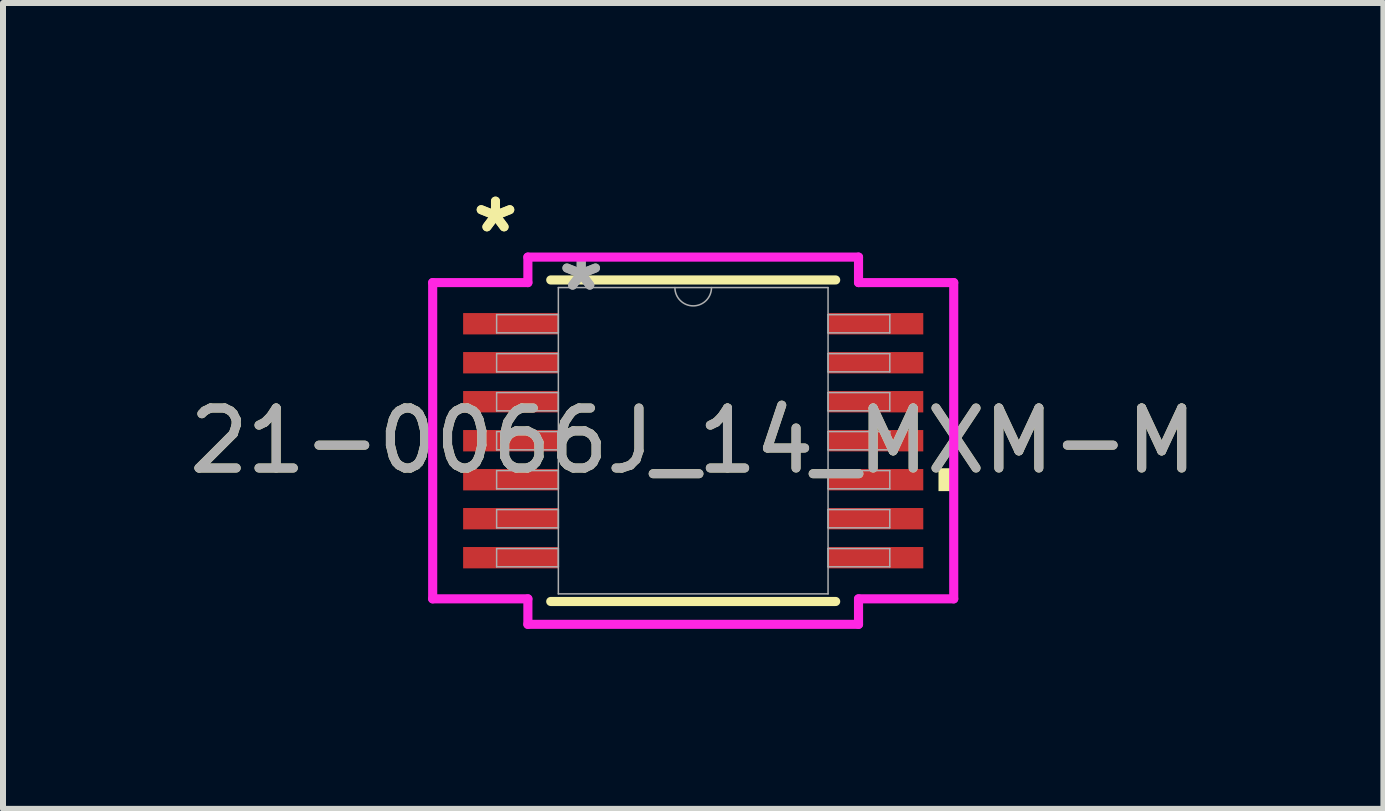
<source format=kicad_pcb>
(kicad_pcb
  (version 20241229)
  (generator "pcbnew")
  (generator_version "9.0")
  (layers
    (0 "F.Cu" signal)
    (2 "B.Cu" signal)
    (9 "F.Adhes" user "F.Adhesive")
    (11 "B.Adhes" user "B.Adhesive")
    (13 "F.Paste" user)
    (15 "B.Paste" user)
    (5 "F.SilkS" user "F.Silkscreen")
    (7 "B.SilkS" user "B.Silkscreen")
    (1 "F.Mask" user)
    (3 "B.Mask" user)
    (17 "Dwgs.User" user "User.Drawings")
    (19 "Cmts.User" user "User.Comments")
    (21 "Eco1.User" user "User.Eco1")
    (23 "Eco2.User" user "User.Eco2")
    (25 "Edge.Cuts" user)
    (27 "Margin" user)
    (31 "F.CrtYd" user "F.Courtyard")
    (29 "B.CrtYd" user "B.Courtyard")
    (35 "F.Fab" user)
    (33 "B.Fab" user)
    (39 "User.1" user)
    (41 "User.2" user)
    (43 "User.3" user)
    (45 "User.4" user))
  (footprint "21-0066J_14_MXM-M"
    (layer "F.Cu")
    (at 8.506 4.297)
    (property "Reference" "21-0066J_14_MXM-M" (at 0 0 0) (unlocked yes) (layer "F.SilkS") (effects (font (size 1 1) (thickness 0.15))))
    (attr smd)
    (fp_line (start -2.375 2.68) (end 2.375 2.68) (stroke (width 0.152) (type solid)) (layer "F.SilkS"))
    (fp_line (start 2.375 -2.68) (end -2.375 -2.68) (stroke (width 0.152) (type solid)) (layer "F.SilkS"))
    (fp_poly (pts (xy 4.343 0.459) (xy 4.343 0.84) (xy 4.089 0.84) (xy 4.089 0.459)) (stroke (width 0) (type solid)) (fill yes) (layer "F.SilkS"))
    (fp_line (start -4.343 -2.636) (end -2.756 -2.636) (stroke (width 0.152) (type solid)) (layer "F.CrtYd"))
    (fp_line (start -4.343 2.636) (end -4.343 -2.636) (stroke (width 0.152) (type solid)) (layer "F.CrtYd"))
    (fp_line (start -4.343 2.636) (end -2.756 2.636) (stroke (width 0.152) (type solid)) (layer "F.CrtYd"))
    (fp_line (start -2.756 -3.061) (end 2.756 -3.061) (stroke (width 0.152) (type solid)) (layer "F.CrtYd"))
    (fp_line (start -2.756 -2.636) (end -2.756 -3.061) (stroke (width 0.152) (type solid)) (layer "F.CrtYd"))
    (fp_line (start -2.756 3.061) (end -2.756 2.636) (stroke (width 0.152) (type solid)) (layer "F.CrtYd"))
    (fp_line (start 2.756 -3.061) (end 2.756 -2.636) (stroke (width 0.152) (type solid)) (layer "F.CrtYd"))
    (fp_line (start 2.756 2.636) (end 2.756 3.061) (stroke (width 0.152) (type solid)) (layer "F.CrtYd"))
    (fp_line (start 2.756 3.061) (end -2.756 3.061) (stroke (width 0.152) (type solid)) (layer "F.CrtYd"))
    (fp_line (start 4.343 -2.636) (end 2.756 -2.636) (stroke (width 0.152) (type solid)) (layer "F.CrtYd"))
    (fp_line (start 4.343 -2.636) (end 4.343 2.636) (stroke (width 0.152) (type solid)) (layer "F.CrtYd"))
    (fp_line (start 4.343 2.636) (end 2.756 2.636) (stroke (width 0.152) (type solid)) (layer "F.CrtYd"))
    (fp_line (start -3.277 -2.102) (end -3.277 -1.798) (stroke (width 0.025) (type solid)) (layer "F.Fab"))
    (fp_line (start -3.277 -1.798) (end -2.248 -1.798) (stroke (width 0.025) (type solid)) (layer "F.Fab"))
    (fp_line (start -3.277 -1.452) (end -3.277 -1.148) (stroke (width 0.025) (type solid)) (layer "F.Fab"))
    (fp_line (start -3.277 -1.148) (end -2.248 -1.148) (stroke (width 0.025) (type solid)) (layer "F.Fab"))
    (fp_line (start -3.277 -0.802) (end -3.277 -0.498) (stroke (width 0.025) (type solid)) (layer "F.Fab"))
    (fp_line (start -3.277 -0.498) (end -2.248 -0.498) (stroke (width 0.025) (type solid)) (layer "F.Fab"))
    (fp_line (start -3.277 -0.152) (end -3.277 0.152) (stroke (width 0.025) (type solid)) (layer "F.Fab"))
    (fp_line (start -3.277 0.152) (end -2.248 0.152) (stroke (width 0.025) (type solid)) (layer "F.Fab"))
    (fp_line (start -3.277 0.498) (end -3.277 0.802) (stroke (width 0.025) (type solid)) (layer "F.Fab"))
    (fp_line (start -3.277 0.802) (end -2.248 0.802) (stroke (width 0.025) (type solid)) (layer "F.Fab"))
    (fp_line (start -3.277 1.148) (end -3.277 1.452) (stroke (width 0.025) (type solid)) (layer "F.Fab"))
    (fp_line (start -3.277 1.452) (end -2.248 1.452) (stroke (width 0.025) (type solid)) (layer "F.Fab"))
    (fp_line (start -3.277 1.798) (end -3.277 2.102) (stroke (width 0.025) (type solid)) (layer "F.Fab"))
    (fp_line (start -3.277 2.102) (end -2.248 2.102) (stroke (width 0.025) (type solid)) (layer "F.Fab"))
    (fp_line (start -2.248 -2.553) (end -2.248 2.553) (stroke (width 0.025) (type solid)) (layer "F.Fab"))
    (fp_line (start -2.248 -2.102) (end -3.277 -2.102) (stroke (width 0.025) (type solid)) (layer "F.Fab"))
    (fp_line (start -2.248 -1.798) (end -2.248 -2.102) (stroke (width 0.025) (type solid)) (layer "F.Fab"))
    (fp_line (start -2.248 -1.452) (end -3.277 -1.452) (stroke (width 0.025) (type solid)) (layer "F.Fab"))
    (fp_line (start -2.248 -1.148) (end -2.248 -1.452) (stroke (width 0.025) (type solid)) (layer "F.Fab"))
    (fp_line (start -2.248 -0.802) (end -3.277 -0.802) (stroke (width 0.025) (type solid)) (layer "F.Fab"))
    (fp_line (start -2.248 -0.498) (end -2.248 -0.802) (stroke (width 0.025) (type solid)) (layer "F.Fab"))
    (fp_line (start -2.248 -0.152) (end -3.277 -0.152) (stroke (width 0.025) (type solid)) (layer "F.Fab"))
    (fp_line (start -2.248 0.152) (end -2.248 -0.152) (stroke (width 0.025) (type solid)) (layer "F.Fab"))
    (fp_line (start -2.248 0.498) (end -3.277 0.498) (stroke (width 0.025) (type solid)) (layer "F.Fab"))
    (fp_line (start -2.248 0.802) (end -2.248 0.498) (stroke (width 0.025) (type solid)) (layer "F.Fab"))
    (fp_line (start -2.248 1.148) (end -3.277 1.148) (stroke (width 0.025) (type solid)) (layer "F.Fab"))
    (fp_line (start -2.248 1.452) (end -2.248 1.148) (stroke (width 0.025) (type solid)) (layer "F.Fab"))
    (fp_line (start -2.248 1.798) (end -3.277 1.798) (stroke (width 0.025) (type solid)) (layer "F.Fab"))
    (fp_line (start -2.248 2.102) (end -2.248 1.798) (stroke (width 0.025) (type solid)) (layer "F.Fab"))
    (fp_line (start -2.248 2.553) (end 2.248 2.553) (stroke (width 0.025) (type solid)) (layer "F.Fab"))
    (fp_line (start 2.248 -2.553) (end -2.248 -2.553) (stroke (width 0.025) (type solid)) (layer "F.Fab"))
    (fp_line (start 2.248 -2.102) (end 2.248 -1.798) (stroke (width 0.025) (type solid)) (layer "F.Fab"))
    (fp_line (start 2.248 -1.798) (end 3.277 -1.798) (stroke (width 0.025) (type solid)) (layer "F.Fab"))
    (fp_line (start 2.248 -1.452) (end 2.248 -1.148) (stroke (width 0.025) (type solid)) (layer "F.Fab"))
    (fp_line (start 2.248 -1.148) (end 3.277 -1.148) (stroke (width 0.025) (type solid)) (layer "F.Fab"))
    (fp_line (start 2.248 -0.802) (end 2.248 -0.498) (stroke (width 0.025) (type solid)) (layer "F.Fab"))
    (fp_line (start 2.248 -0.498) (end 3.277 -0.498) (stroke (width 0.025) (type solid)) (layer "F.Fab"))
    (fp_line (start 2.248 -0.152) (end 2.248 0.152) (stroke (width 0.025) (type solid)) (layer "F.Fab"))
    (fp_line (start 2.248 0.152) (end 3.277 0.152) (stroke (width 0.025) (type solid)) (layer "F.Fab"))
    (fp_line (start 2.248 0.498) (end 2.248 0.802) (stroke (width 0.025) (type solid)) (layer "F.Fab"))
    (fp_line (start 2.248 0.802) (end 3.277 0.802) (stroke (width 0.025) (type solid)) (layer "F.Fab"))
    (fp_line (start 2.248 1.148) (end 2.248 1.452) (stroke (width 0.025) (type solid)) (layer "F.Fab"))
    (fp_line (start 2.248 1.452) (end 3.277 1.452) (stroke (width 0.025) (type solid)) (layer "F.Fab"))
    (fp_line (start 2.248 1.798) (end 2.248 2.102) (stroke (width 0.025) (type solid)) (layer "F.Fab"))
    (fp_line (start 2.248 2.102) (end 3.277 2.102) (stroke (width 0.025) (type solid)) (layer "F.Fab"))
    (fp_line (start 2.248 2.553) (end 2.248 -2.553) (stroke (width 0.025) (type solid)) (layer "F.Fab"))
    (fp_line (start 3.277 -2.102) (end 2.248 -2.102) (stroke (width 0.025) (type solid)) (layer "F.Fab"))
    (fp_line (start 3.277 -1.798) (end 3.277 -2.102) (stroke (width 0.025) (type solid)) (layer "F.Fab"))
    (fp_line (start 3.277 -1.452) (end 2.248 -1.452) (stroke (width 0.025) (type solid)) (layer "F.Fab"))
    (fp_line (start 3.277 -1.148) (end 3.277 -1.452) (stroke (width 0.025) (type solid)) (layer "F.Fab"))
    (fp_line (start 3.277 -0.802) (end 2.248 -0.802) (stroke (width 0.025) (type solid)) (layer "F.Fab"))
    (fp_line (start 3.277 -0.498) (end 3.277 -0.802) (stroke (width 0.025) (type solid)) (layer "F.Fab"))
    (fp_line (start 3.277 -0.152) (end 2.248 -0.152) (stroke (width 0.025) (type solid)) (layer "F.Fab"))
    (fp_line (start 3.277 0.152) (end 3.277 -0.152) (stroke (width 0.025) (type solid)) (layer "F.Fab"))
    (fp_line (start 3.277 0.498) (end 2.248 0.498) (stroke (width 0.025) (type solid)) (layer "F.Fab"))
    (fp_line (start 3.277 0.802) (end 3.277 0.498) (stroke (width 0.025) (type solid)) (layer "F.Fab"))
    (fp_line (start 3.277 1.148) (end 2.248 1.148) (stroke (width 0.025) (type solid)) (layer "F.Fab"))
    (fp_line (start 3.277 1.452) (end 3.277 1.148) (stroke (width 0.025) (type solid)) (layer "F.Fab"))
    (fp_line (start 3.277 1.798) (end 2.248 1.798) (stroke (width 0.025) (type solid)) (layer "F.Fab"))
    (fp_line (start 3.277 2.102) (end 3.277 1.798) (stroke (width 0.025) (type solid)) (layer "F.Fab"))
    (fp_arc (start 0.3048 -2.5527) (mid 0 -2.2479) (end -0.3048 -2.5527) (stroke (width 0.0254) (type solid)) (layer "F.Fab"))
    (fp_text user "*" (at -3.296 -3.449 0) (unlocked yes) (layer "F.SilkS") (effects (font (size 1 1) (thickness 0.15))))
    (fp_text user "*" (at -3.296 -3.449 0) (layer "F.SilkS") (effects (font (size 1 1) (thickness 0.15))))
    (fp_text user "*" (at -1.867 -2.477 0) (layer "F.Fab") (effects (font (size 1 1) (thickness 0.15))))
    (fp_text user "*" (at -1.867 -2.477 0) (unlocked yes) (layer "F.Fab") (effects (font (size 1 1) (thickness 0.15))))
    (fp_text user "${REFERENCE}" (at 0 0 0) (unlocked yes) (layer "F.Fab") (effects (font (size 1 1) (thickness 0.15))))
    (pad "1" smd rect (at -3.042 -1.95) (size 1.587 0.356) (layers "F.Cu" "F.Mask" "F.Paste"))
    (pad "2" smd rect (at -3.042 -1.3) (size 1.587 0.356) (layers "F.Cu" "F.Mask" "F.Paste"))
    (pad "3" smd rect (at -3.042 -0.65) (size 1.587 0.356) (layers "F.Cu" "F.Mask" "F.Paste"))
    (pad "4" smd rect (at -3.042 0) (size 1.587 0.356) (layers "F.Cu" "F.Mask" "F.Paste"))
    (pad "5" smd rect (at -3.042 0.65) (size 1.587 0.356) (layers "F.Cu" "F.Mask" "F.Paste"))
    (pad "6" smd rect (at -3.042 1.3) (size 1.587 0.356) (layers "F.Cu" "F.Mask" "F.Paste"))
    (pad "7" smd rect (at -3.042 1.95) (size 1.587 0.356) (layers "F.Cu" "F.Mask" "F.Paste"))
    (pad "8" smd rect (at 3.042 1.95) (size 1.587 0.356) (layers "F.Cu" "F.Mask" "F.Paste"))
    (pad "9" smd rect (at 3.042 1.3) (size 1.587 0.356) (layers "F.Cu" "F.Mask" "F.Paste"))
    (pad "10" smd rect (at 3.042 0.65) (size 1.587 0.356) (layers "F.Cu" "F.Mask" "F.Paste"))
    (pad "11" smd rect (at 3.042 0) (size 1.587 0.356) (layers "F.Cu" "F.Mask" "F.Paste"))
    (pad "12" smd rect (at 3.042 -0.65) (size 1.587 0.356) (layers "F.Cu" "F.Mask" "F.Paste"))
    (pad "13" smd rect (at 3.042 -1.3) (size 1.587 0.356) (layers "F.Cu" "F.Mask" "F.Paste"))
    (pad "14" smd rect (at 3.042 -1.95) (size 1.587 0.356) (layers "F.Cu" "F.Mask" "F.Paste")))
  (gr_rect
    (start -3 -3)
    (end 20.012 10.434)
    (stroke (width 0.1) (type default))
    (fill no)
    (layer "Edge.Cuts")))
</source>
